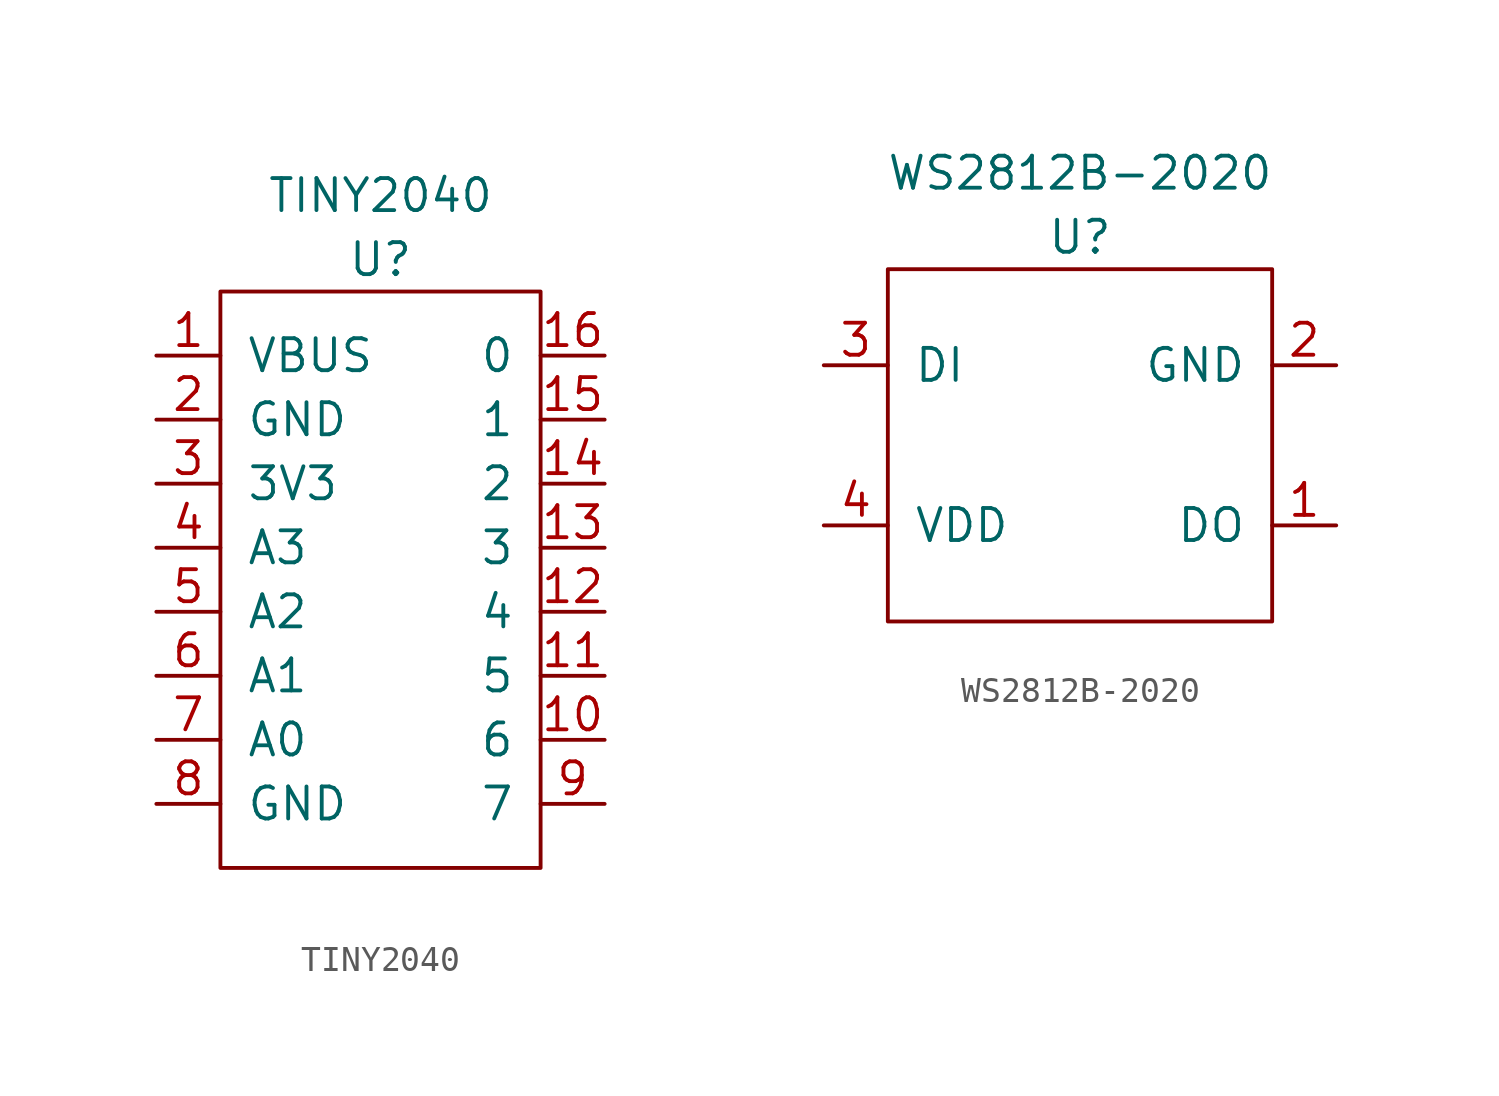
<source format=kicad_sym>
(kicad_symbol_lib
  (version 20220914)
  (generator kicad_symbol_editor)
  (symbol "TINY2040"
    (pin_names
      (offset 1.016))
    (property "Reference" "U"
      (at 0 0 0)
      (effects (font (size 1.27 1.27))))
    (property "Value" "TINY2040"
      (at 0 2.54 0)
      (effects (font (size 1.27 1.27))))
    (symbol "TINY2040_0_1"
      (rectangle (start -6.35 -1.27) (end 6.35 -24.13) (stroke (width 0) (type solid)) (fill (type none))))
    (symbol "TINY2040_1_1"
      (pin input line (at -8.89 -3.81 0) (length 2.54) (name "VBUS" (effects (font (size 1.27 1.27)))) (number "1" (effects (font (size 1.27 1.27)))))
      (pin input line (at 8.89 -19.05 180) (length 2.54) (name "6" (effects (font (size 1.27 1.27)))) (number "10" (effects (font (size 1.27 1.27)))))
      (pin input line (at 8.89 -16.51 180) (length 2.54) (name "5" (effects (font (size 1.27 1.27)))) (number "11" (effects (font (size 1.27 1.27)))))
      (pin input line (at 8.89 -13.97 180) (length 2.54) (name "4" (effects (font (size 1.27 1.27)))) (number "12" (effects (font (size 1.27 1.27)))))
      (pin input line (at 8.89 -11.43 180) (length 2.54) (name "3" (effects (font (size 1.27 1.27)))) (number "13" (effects (font (size 1.27 1.27)))))
      (pin input line (at 8.89 -8.89 180) (length 2.54) (name "2" (effects (font (size 1.27 1.27)))) (number "14" (effects (font (size 1.27 1.27)))))
      (pin input line (at 8.89 -6.35 180) (length 2.54) (name "1" (effects (font (size 1.27 1.27)))) (number "15" (effects (font (size 1.27 1.27)))))
      (pin input line (at 8.89 -3.81 180) (length 2.54) (name "0" (effects (font (size 1.27 1.27)))) (number "16" (effects (font (size 1.27 1.27)))))
      (pin input line (at -8.89 -6.35 0) (length 2.54) (name "GND" (effects (font (size 1.27 1.27)))) (number "2" (effects (font (size 1.27 1.27)))))
      (pin input line (at -8.89 -8.89 0) (length 2.54) (name "3V3" (effects (font (size 1.27 1.27)))) (number "3" (effects (font (size 1.27 1.27)))))
      (pin input line (at -8.89 -11.43 0) (length 2.54) (name "A3" (effects (font (size 1.27 1.27)))) (number "4" (effects (font (size 1.27 1.27)))))
      (pin input line (at -8.89 -13.97 0) (length 2.54) (name "A2" (effects (font (size 1.27 1.27)))) (number "5" (effects (font (size 1.27 1.27)))))
      (pin input line (at -8.89 -16.51 0) (length 2.54) (name "A1" (effects (font (size 1.27 1.27)))) (number "6" (effects (font (size 1.27 1.27)))))
      (pin input line (at -8.89 -19.05 0) (length 2.54) (name "A0" (effects (font (size 1.27 1.27)))) (number "7" (effects (font (size 1.27 1.27)))))
      (pin input line (at -8.89 -21.59 0) (length 2.54) (name "GND" (effects (font (size 1.27 1.27)))) (number "8" (effects (font (size 1.27 1.27)))))
      (pin input line (at 8.89 -21.59 180) (length 2.54) (name "7" (effects (font (size 1.27 1.27)))) (number "9" (effects (font (size 1.27 1.27)))))))
  (symbol "WS2812B-2020"
    (pin_names
      (offset 1.016))
    (property "Reference" "U"
      (at 0 1.27 0)
      (effects (font (size 1.27 1.27))))
    (property "Value" "WS2812B-2020"
      (at 0 3.81 0)
      (effects (font (size 1.27 1.27))))
    (symbol "WS2812B-2020_0_1"
      (rectangle (start -7.62 0) (end 7.62 -13.97) (stroke (width 0) (type solid)) (fill (type none))))
    (symbol "WS2812B-2020_1_1"
      (pin input line (at 10.16 -10.16 180) (length 2.54) (name "DO" (effects (font (size 1.27 1.27)))) (number "1" (effects (font (size 1.27 1.27)))))
      (pin input line (at 10.16 -3.81 180) (length 2.54) (name "GND" (effects (font (size 1.27 1.27)))) (number "2" (effects (font (size 1.27 1.27)))))
      (pin input line (at -10.16 -3.81 0) (length 2.54) (name "DI" (effects (font (size 1.27 1.27)))) (number "3" (effects (font (size 1.27 1.27)))))
      (pin input line (at -10.16 -10.16 0) (length 2.54) (name "VDD" (effects (font (size 1.27 1.27)))) (number "4" (effects (font (size 1.27 1.27))))))))
</source>
